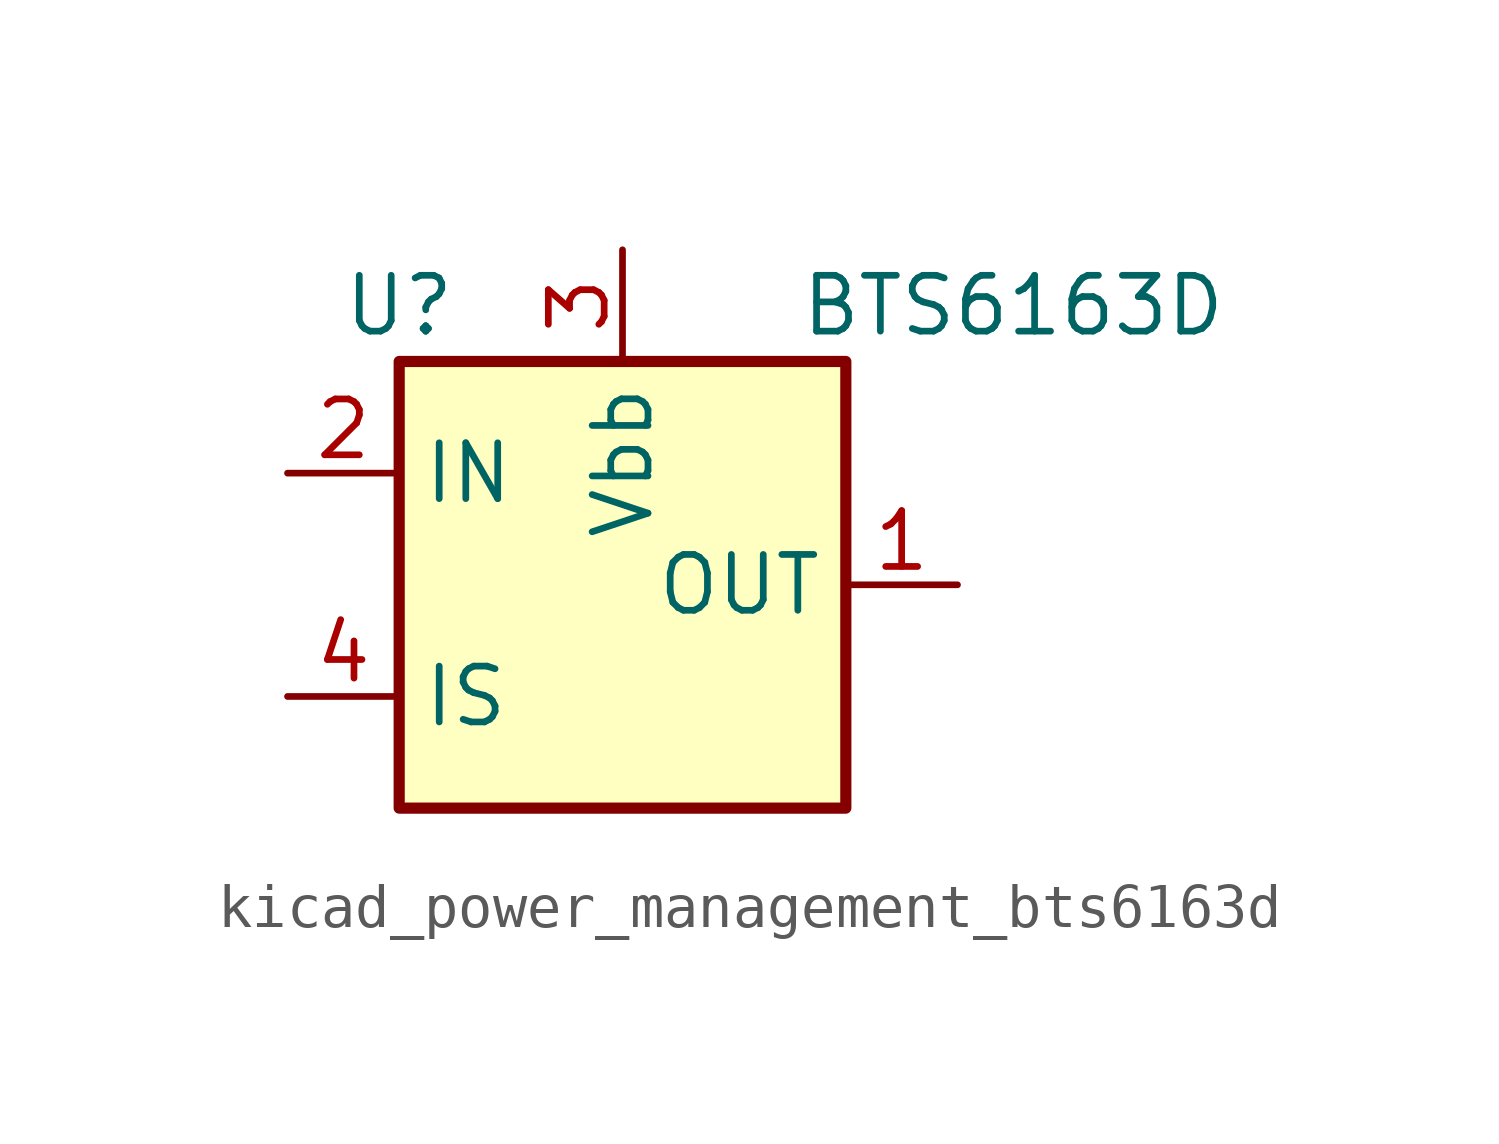
<source format=kicad_sym>
(kicad_symbol_lib
  (version 20220914)
  (generator kicad_symbol_editor)
  (symbol "kicad_power_management_bts6163d"
    (property "Reference" "U"
      (at -5.08 6.35 0)
      (effects (font (size 1.27 1.27))))
    (property "Value" "BTS6163D"
      (at 8.89 6.35 0)
      (effects (font (size 1.27 1.27))))
    (symbol "kicad_power_management_bts6163d_0_1"
      (rectangle (start -5.08 5.08) (end 5.08 -5.08) (stroke (width 0.254) (type default)) (fill (type background))))
    (symbol "kicad_power_management_bts6163d_1_1"
      (pin power_out line (at 7.62 0 180) (length 2.54) (name "OUT" (effects (font (size 1.27 1.27)))) (number "1" (effects (font (size 1.27 1.27)))))
      (pin input line (at -7.62 2.54 0) (length 2.54) (name "IN" (effects (font (size 1.27 1.27)))) (number "2" (effects (font (size 1.27 1.27)))))
      (pin power_in line (at 0 7.62 270) (length 2.54) (name "Vbb" (effects (font (size 1.27 1.27)))) (number "3" (effects (font (size 1.27 1.27)))))
      (pin output line (at -7.62 -2.54 0) (length 2.54) (name "IS" (effects (font (size 1.27 1.27)))) (number "4" (effects (font (size 1.27 1.27)))))
      (pin passive line (at 7.62 0 180) (length 2.54) hide (name "OUT" (effects (font (size 1.27 1.27)))) (number "5" (effects (font (size 1.27 1.27))))))))
</source>
